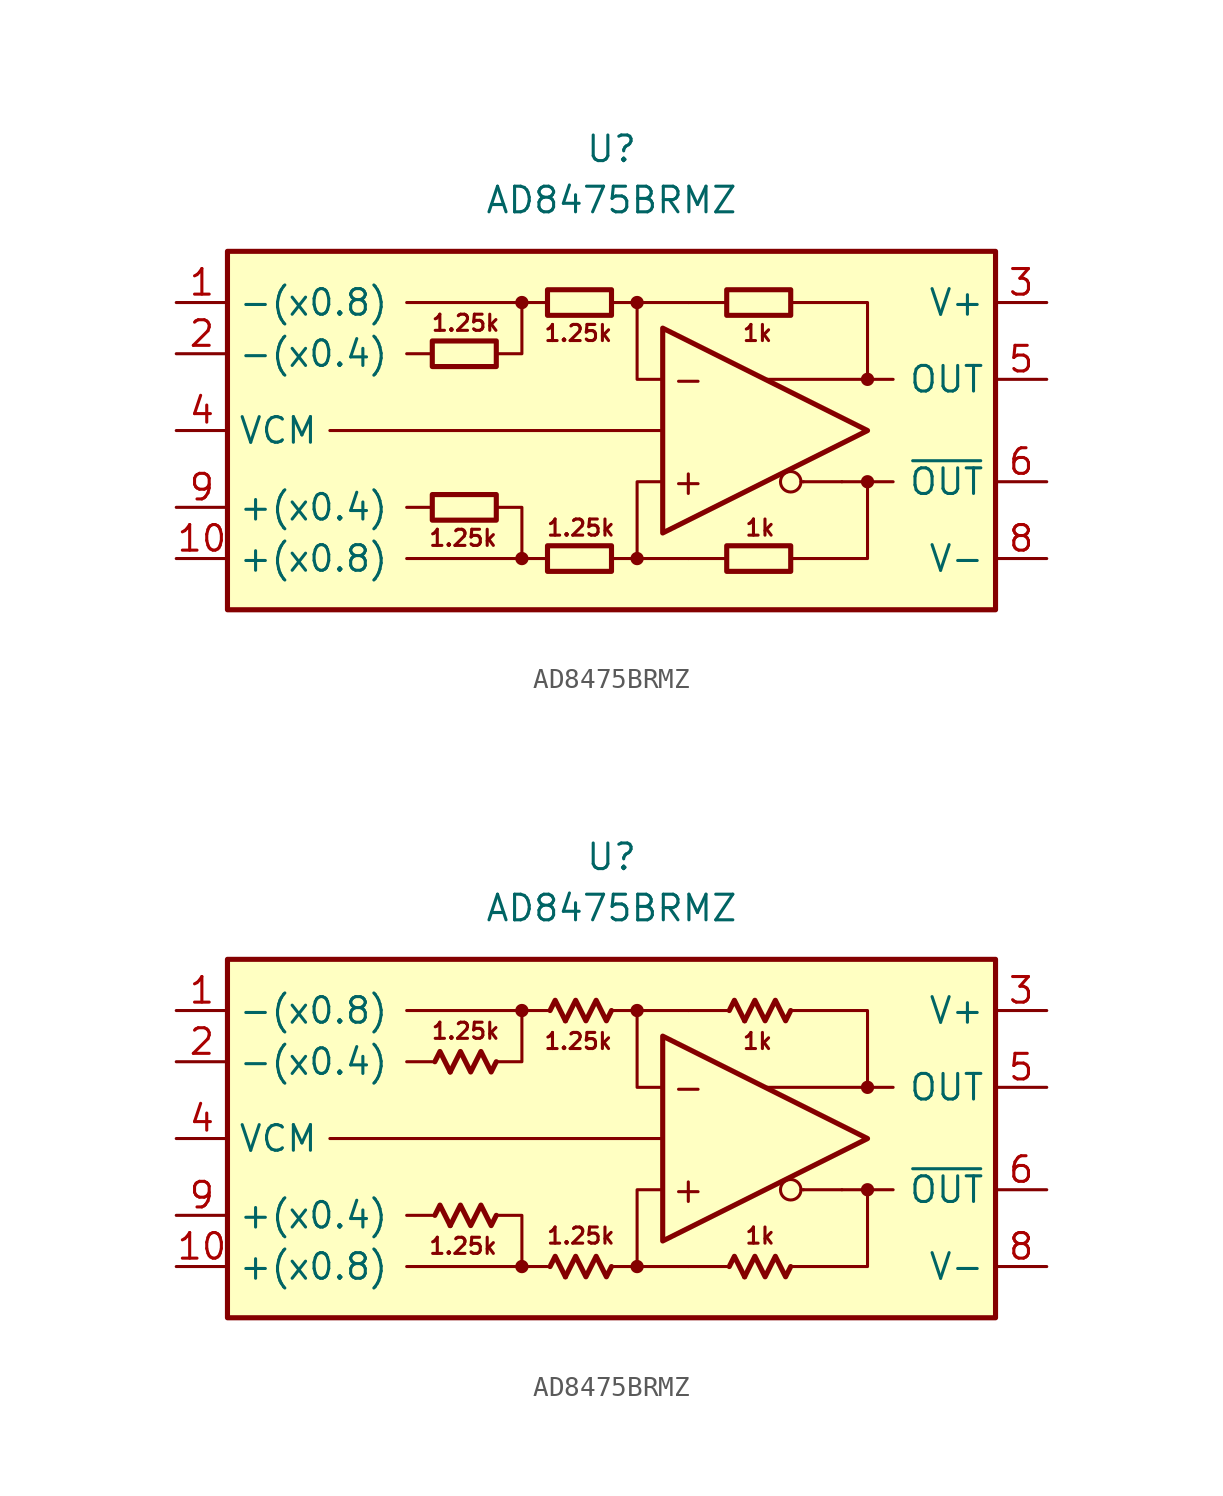
<source format=kicad_sym>
(kicad_symbol_lib
  (version 20231120)
  (generator "kicad_symbol_editor")
  (generator_version "8.0")
  (symbol "AD8475BRMZ"
    (property "Reference" "U"
      (at 0 13.97 0)
      (effects (font (size 1.27 1.27))))
    (property "Value" "AD8475BRMZ"
      (at 0 11.43 0)
      (effects (font (size 1.27 1.27))))
    (symbol "AD8475BRMZ_0_0"
      (rectangle (start -19.05 8.89) (end 19.05 -8.89) (stroke (width 0.254) (type default)) (fill (type background)))
      (circle (center -4.445 -6.35) (radius 0.254) (stroke (width 0.152) (type default)) (fill (type outline)))
      (circle (center -4.445 6.35) (radius 0.254) (stroke (width 0.152) (type default)) (fill (type outline)))
      (polyline (pts (xy -8.89 -3.81) (xy -10.16 -3.81)) (stroke (width 0.152) (type default)) (fill (type none)))
      (polyline (pts (xy -8.89 3.81) (xy -10.16 3.81)) (stroke (width 0.152) (type default)) (fill (type none)))
      (polyline (pts (xy -4.445 6.35) (xy -10.16 6.35)) (stroke (width 0.152) (type default)) (fill (type none)))
      (polyline (pts (xy -3.175 -6.35) (xy -10.16 -6.35)) (stroke (width 0.152) (type default)) (fill (type none)))
      (polyline (pts (xy -3.175 6.35) (xy -4.445 6.35)) (stroke (width 0.152) (type default)) (fill (type none)))
      (polyline (pts (xy 1.27 6.35) (xy 3.81 6.35)) (stroke (width 0.152) (type default)) (fill (type none)))
      (polyline (pts (xy 3.81 -6.35) (xy 1.27 -6.35)) (stroke (width 0.152) (type default)) (fill (type none)))
      (polyline (pts (xy 5.715 -6.35) (xy 3.81 -6.35)) (stroke (width 0.152) (type default)) (fill (type none)))
      (polyline (pts (xy 5.715 6.35) (xy 3.81 6.35)) (stroke (width 0.152) (type default)) (fill (type none)))
      (polyline (pts (xy 9.525 -2.54) (xy 9.398 -2.54)) (stroke (width 0.152) (type default)) (fill (type none)))
      (polyline (pts (xy 11.43 -2.54) (xy 9.525 -2.54)) (stroke (width 0.152) (type default)) (fill (type none)))
      (polyline (pts (xy 12.7 -2.54) (xy 13.97 -2.54)) (stroke (width 0.152) (type default)) (fill (type none)))
      (polyline (pts (xy 12.7 2.54) (xy 13.97 2.54)) (stroke (width 0.152) (type default)) (fill (type none)))
      (polyline (pts (xy -5.715 -3.81) (xy -4.445 -3.81) (xy -4.445 -6.35)) (stroke (width 0.152) (type default)) (fill (type none)))
      (polyline (pts (xy -5.715 3.81) (xy -4.445 3.81) (xy -4.445 6.35)) (stroke (width 0.152) (type default)) (fill (type none)))
      (polyline (pts (xy 0 -6.35) (xy 1.27 -6.35) (xy 1.27 -2.54) (xy 2.54 -2.54)) (stroke (width 0.152) (type default)) (fill (type none)))
      (polyline (pts (xy 2.54 2.54) (xy 1.27 2.54) (xy 1.27 6.35) (xy 0 6.35)) (stroke (width 0.152) (type default)) (fill (type none)))
      (polyline (pts (xy 8.89 6.35) (xy 12.7 6.35) (xy 12.7 2.54) (xy 7.62 2.54)) (stroke (width 0.152) (type default)) (fill (type none)))
      (polyline (pts (xy 11.43 -2.54) (xy 12.7 -2.54) (xy 12.7 -6.35) (xy 8.89 -6.35)) (stroke (width 0.152) (type default)) (fill (type none)))
      (circle (center 1.27 -6.35) (radius 0.254) (stroke (width 0.152) (type default)) (fill (type outline)))
      (circle (center 1.27 6.35) (radius 0.254) (stroke (width 0.152) (type default)) (fill (type outline)))
      (circle (center 8.89 -2.54) (radius 0.508) (stroke (width 0.152) (type default)) (fill (type none)))
      (circle (center 12.7 -2.54) (radius 0.254) (stroke (width 0.152) (type default)) (fill (type outline)))
      (circle (center 12.7 2.54) (radius 0.254) (stroke (width 0.152) (type default)) (fill (type outline)))
      (text "+" (at 3.81 -2.54 0) (effects (font (size 1.27 1.27))))
      (text "-" (at 3.81 2.54 0) (effects (font (size 1.27 1.27))))
      (text "1.25k" (at -7.366 -5.334 0) (effects (font (size 0.8 0.8))))
      (text "1.25k" (at -7.239 5.334 0) (effects (font (size 0.8 0.8))))
      (text "1.25k" (at -1.651 4.826 0) (effects (font (size 0.8 0.8))))
      (text "1.25k" (at -1.524 -4.826 0) (effects (font (size 0.8 0.8))))
      (text "1k" (at 7.239 4.826 0) (effects (font (size 0.8 0.8))))
      (text "1k" (at 7.366 -4.826 0) (effects (font (size 0.8 0.8)))))
    (symbol "AD8475BRMZ_0_1"
      (rectangle (start -8.89 4.445) (end -5.715 3.175) (stroke (width 0.254) (type default)) (fill (type none)))
      (rectangle (start -5.715 -4.445) (end -8.89 -3.175) (stroke (width 0.254) (type default)) (fill (type none)))
      (rectangle (start -3.175 -5.715) (end 0 -6.985) (stroke (width 0.254) (type default)) (fill (type none)))
      (rectangle (start 0 5.715) (end -3.175 6.985) (stroke (width 0.254) (type default)) (fill (type none)))
      (rectangle (start 5.715 -5.715) (end 8.89 -6.985) (stroke (width 0.254) (type default)) (fill (type none)))
      (rectangle (start 8.89 5.715) (end 5.715 6.985) (stroke (width 0.254) (type default)) (fill (type none))))
    (symbol "AD8475BRMZ_0_2"
      (polyline (pts (xy -8.001 -4.318) (xy -8.509 -3.302) (xy -8.763 -3.81)) (stroke (width 0.254) (type default)) (fill (type none)))
      (polyline (pts (xy -8.001 3.302) (xy -8.509 4.318) (xy -8.763 3.81)) (stroke (width 0.254) (type default)) (fill (type none)))
      (polyline (pts (xy -2.286 -6.858) (xy -2.794 -5.842) (xy -3.048 -6.35)) (stroke (width 0.254) (type default)) (fill (type none)))
      (polyline (pts (xy -2.286 5.842) (xy -2.794 6.858) (xy -3.048 6.35)) (stroke (width 0.254) (type default)) (fill (type none)))
      (polyline (pts (xy 6.604 -6.858) (xy 6.096 -5.842) (xy 5.842 -6.35)) (stroke (width 0.254) (type default)) (fill (type none)))
      (polyline (pts (xy 6.604 5.842) (xy 6.096 6.858) (xy 5.842 6.35)) (stroke (width 0.254) (type default)) (fill (type none)))
      (polyline (pts (xy -5.715 -3.81) (xy -5.969 -4.318) (xy -6.477 -3.302) (xy -6.985 -4.318) (xy -7.493 -3.302) (xy -8.001 -4.318)) (stroke (width 0.254) (type default)) (fill (type none)))
      (polyline (pts (xy -5.715 3.81) (xy -5.969 3.302) (xy -6.477 4.318) (xy -6.985 3.302) (xy -7.493 4.318) (xy -8.001 3.302)) (stroke (width 0.254) (type default)) (fill (type none)))
      (polyline (pts (xy 0 -6.35) (xy -0.254 -6.858) (xy -0.762 -5.842) (xy -1.27 -6.858) (xy -1.778 -5.842) (xy -2.286 -6.858)) (stroke (width 0.254) (type default)) (fill (type none)))
      (polyline (pts (xy 0 6.35) (xy -0.254 5.842) (xy -0.762 6.858) (xy -1.27 5.842) (xy -1.778 6.858) (xy -2.286 5.842)) (stroke (width 0.254) (type default)) (fill (type none)))
      (polyline (pts (xy 8.89 -6.35) (xy 8.636 -6.858) (xy 8.128 -5.842) (xy 7.62 -6.858) (xy 7.112 -5.842) (xy 6.604 -6.858)) (stroke (width 0.254) (type default)) (fill (type none)))
      (polyline (pts (xy 8.89 6.35) (xy 8.636 5.842) (xy 8.128 6.858) (xy 7.62 5.842) (xy 7.112 6.858) (xy 6.604 5.842)) (stroke (width 0.254) (type default)) (fill (type none))))
    (symbol "AD8475BRMZ_1_0"
      (polyline (pts (xy 2.54 0) (xy -13.97 0)) (stroke (width 0.152) (type default)) (fill (type none)))
      (polyline (pts (xy 2.54 5.08) (xy 2.54 -5.08) (xy 12.7 0) (xy 2.54 5.08)) (stroke (width 0.254) (type default)) (fill (type none))))
    (symbol "AD8475BRMZ_1_1"
      (pin input line (at -21.59 6.35 0) (length 2.54) (name "-(x0.8)" (effects (font (size 1.27 1.27)))) (number "1" (effects (font (size 1.27 1.27)))))
      (pin input line (at -21.59 -6.35 0) (length 2.54) (name "+(x0.8)" (effects (font (size 1.27 1.27)))) (number "10" (effects (font (size 1.27 1.27)))))
      (pin input line (at -21.59 3.81 0) (length 2.54) (name "-(x0.4)" (effects (font (size 1.27 1.27)))) (number "2" (effects (font (size 1.27 1.27)))))
      (pin power_in line (at 21.59 6.35 180) (length 2.54) (name "V+" (effects (font (size 1.27 1.27)))) (number "3" (effects (font (size 1.27 1.27)))))
      (pin input line (at -21.59 0 0) (length 2.54) (name "VCM" (effects (font (size 1.27 1.27)))) (number "4" (effects (font (size 1.27 1.27)))))
      (pin output line (at 21.59 2.54 180) (length 2.54) (name "OUT" (effects (font (size 1.27 1.27)))) (number "5" (effects (font (size 1.27 1.27)))))
      (pin output line (at 21.59 -2.54 180) (length 2.54) (name "~{OUT}" (effects (font (size 1.27 1.27)))) (number "6" (effects (font (size 1.27 1.27)))))
      (pin free line (at -1.27 0 0) (length 2.54) hide (name "NC" (effects (font (size 1.27 1.27)))) (number "7" (effects (font (size 1.27 1.27)))))
      (pin power_in line (at 21.59 -6.35 180) (length 2.54) (name "V-" (effects (font (size 1.27 1.27)))) (number "8" (effects (font (size 1.27 1.27)))))
      (pin input line (at -21.59 -3.81 0) (length 2.54) (name "+(x0.4)" (effects (font (size 1.27 1.27)))) (number "9" (effects (font (size 1.27 1.27))))))
    (symbol "AD8475BRMZ_1_2"
      (pin input line (at -21.59 6.35 0) (length 2.54) (name "-(x0.8)" (effects (font (size 1.27 1.27)))) (number "1" (effects (font (size 1.27 1.27)))))
      (pin input line (at -21.59 -6.35 0) (length 2.54) (name "+(x0.8)" (effects (font (size 1.27 1.27)))) (number "10" (effects (font (size 1.27 1.27)))))
      (pin input line (at -21.59 3.81 0) (length 2.54) (name "-(x0.4)" (effects (font (size 1.27 1.27)))) (number "2" (effects (font (size 1.27 1.27)))))
      (pin power_in line (at 21.59 6.35 180) (length 2.54) (name "V+" (effects (font (size 1.27 1.27)))) (number "3" (effects (font (size 1.27 1.27)))))
      (pin input line (at -21.59 0 0) (length 2.54) (name "VCM" (effects (font (size 1.27 1.27)))) (number "4" (effects (font (size 1.27 1.27)))))
      (pin output line (at 21.59 2.54 180) (length 2.54) (name "OUT" (effects (font (size 1.27 1.27)))) (number "5" (effects (font (size 1.27 1.27)))))
      (pin output line (at 21.59 -2.54 180) (length 2.54) (name "~{OUT}" (effects (font (size 1.27 1.27)))) (number "6" (effects (font (size 1.27 1.27)))))
      (pin free line (at -1.27 0 0) (length 2.54) hide (name "NC" (effects (font (size 1.27 1.27)))) (number "7" (effects (font (size 1.27 1.27)))))
      (pin power_in line (at 21.59 -6.35 180) (length 2.54) (name "V-" (effects (font (size 1.27 1.27)))) (number "8" (effects (font (size 1.27 1.27)))))
      (pin input line (at -21.59 -3.81 0) (length 2.54) (name "+(x0.4)" (effects (font (size 1.27 1.27)))) (number "9" (effects (font (size 1.27 1.27))))))))
</source>
